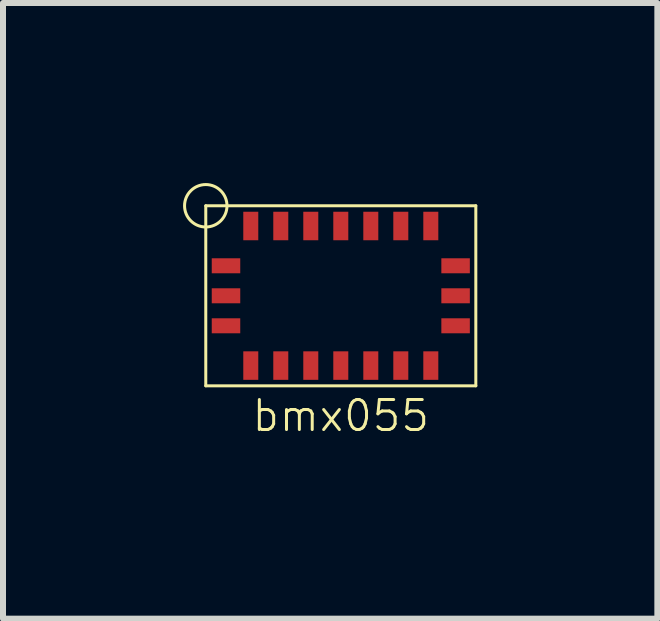
<source format=kicad_pcb>
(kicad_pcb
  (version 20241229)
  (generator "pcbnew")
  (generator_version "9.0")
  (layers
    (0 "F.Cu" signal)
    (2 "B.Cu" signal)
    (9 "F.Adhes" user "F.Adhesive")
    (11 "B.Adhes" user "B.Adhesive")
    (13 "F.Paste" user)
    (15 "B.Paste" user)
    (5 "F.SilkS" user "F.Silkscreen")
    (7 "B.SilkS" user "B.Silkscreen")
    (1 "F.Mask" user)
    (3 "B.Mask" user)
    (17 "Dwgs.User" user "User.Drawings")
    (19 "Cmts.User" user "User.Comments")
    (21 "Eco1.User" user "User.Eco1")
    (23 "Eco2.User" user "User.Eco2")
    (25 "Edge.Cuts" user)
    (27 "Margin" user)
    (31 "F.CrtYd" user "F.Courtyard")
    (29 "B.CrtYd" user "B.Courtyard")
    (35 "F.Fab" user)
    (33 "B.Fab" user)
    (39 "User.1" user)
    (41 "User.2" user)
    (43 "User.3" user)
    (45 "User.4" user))
  (footprint "bmx055"
    (layer "F.Cu")
    (at 2.629 1.879)
    (property "Reference" "bmx055" (at 0 2 0) (layer "F.SilkS") (effects (font (size 0.5 0.5) (thickness 0.05))))
    (attr through_hole)
    (fp_line (start -2.25 -1.5) (end 2.25 -1.5) (stroke (width 0.05) (type solid)) (layer "F.SilkS"))
    (fp_line (start -2.25 1.5) (end -2.25 -1.5) (stroke (width 0.05) (type solid)) (layer "F.SilkS"))
    (fp_line (start 2.25 -1.5) (end 2.25 1.5) (stroke (width 0.05) (type solid)) (layer "F.SilkS"))
    (fp_line (start 2.25 1.5) (end -2.25 1.5) (stroke (width 0.05) (type solid)) (layer "F.SilkS"))
    (fp_circle (center -2.25 -1.5) (end -2 -1.25) (stroke (width 0.05) (type solid)) (fill no) (layer "F.SilkS"))
    (pad "1" smd rect (at -1.5 -1.163) (size 0.25 0.475) (layers "F.Cu" "F.Mask" "F.Paste"))
    (pad "2" smd rect (at -1 -1.163) (size 0.25 0.475) (layers "F.Cu" "F.Mask" "F.Paste"))
    (pad "3" smd rect (at -0.5 -1.163) (size 0.25 0.475) (layers "F.Cu" "F.Mask" "F.Paste"))
    (pad "4" smd rect (at 0 -1.163) (size 0.25 0.475) (layers "F.Cu" "F.Mask" "F.Paste"))
    (pad "5" smd rect (at 0.5 -1.163) (size 0.25 0.475) (layers "F.Cu" "F.Mask" "F.Paste"))
    (pad "6" smd rect (at 1 -1.163) (size 0.25 0.475) (layers "F.Cu" "F.Mask" "F.Paste"))
    (pad "7" smd rect (at 1.5 -1.163) (size 0.25 0.475) (layers "F.Cu" "F.Mask" "F.Paste"))
    (pad "8" smd rect (at 1.913 -0.5) (size 0.475 0.25) (layers "F.Cu" "F.Mask" "F.Paste"))
    (pad "9" smd rect (at 1.913 0) (size 0.475 0.25) (layers "F.Cu" "F.Mask" "F.Paste"))
    (pad "10" smd rect (at 1.913 0.5) (size 0.475 0.25) (layers "F.Cu" "F.Mask" "F.Paste"))
    (pad "11" smd rect (at 1.5 1.163) (size 0.25 0.475) (layers "F.Cu" "F.Mask" "F.Paste"))
    (pad "12" smd rect (at 1 1.163) (size 0.25 0.475) (layers "F.Cu" "F.Mask" "F.Paste"))
    (pad "13" smd rect (at 0.5 1.163) (size 0.25 0.475) (layers "F.Cu" "F.Mask" "F.Paste"))
    (pad "14" smd rect (at 0 1.163) (size 0.25 0.475) (layers "F.Cu" "F.Mask" "F.Paste"))
    (pad "15" smd rect (at -0.5 1.163) (size 0.25 0.475) (layers "F.Cu" "F.Mask" "F.Paste"))
    (pad "16" smd rect (at -1 1.163) (size 0.25 0.475) (layers "F.Cu" "F.Mask" "F.Paste"))
    (pad "17" smd rect (at -1.5 1.163) (size 0.25 0.475) (layers "F.Cu" "F.Mask" "F.Paste"))
    (pad "18" smd rect (at -1.913 0.5) (size 0.475 0.25) (layers "F.Cu" "F.Mask" "F.Paste"))
    (pad "19" smd rect (at -1.913 0) (size 0.475 0.25) (layers "F.Cu" "F.Mask" "F.Paste"))
    (pad "20" smd rect (at -1.913 -0.5) (size 0.475 0.25) (layers "F.Cu" "F.Mask" "F.Paste")))
  (gr_rect
    (start -3 -3)
    (end 7.904 7.259)
    (stroke (width 0.1) (type default))
    (fill no)
    (layer "Edge.Cuts")))
</source>
